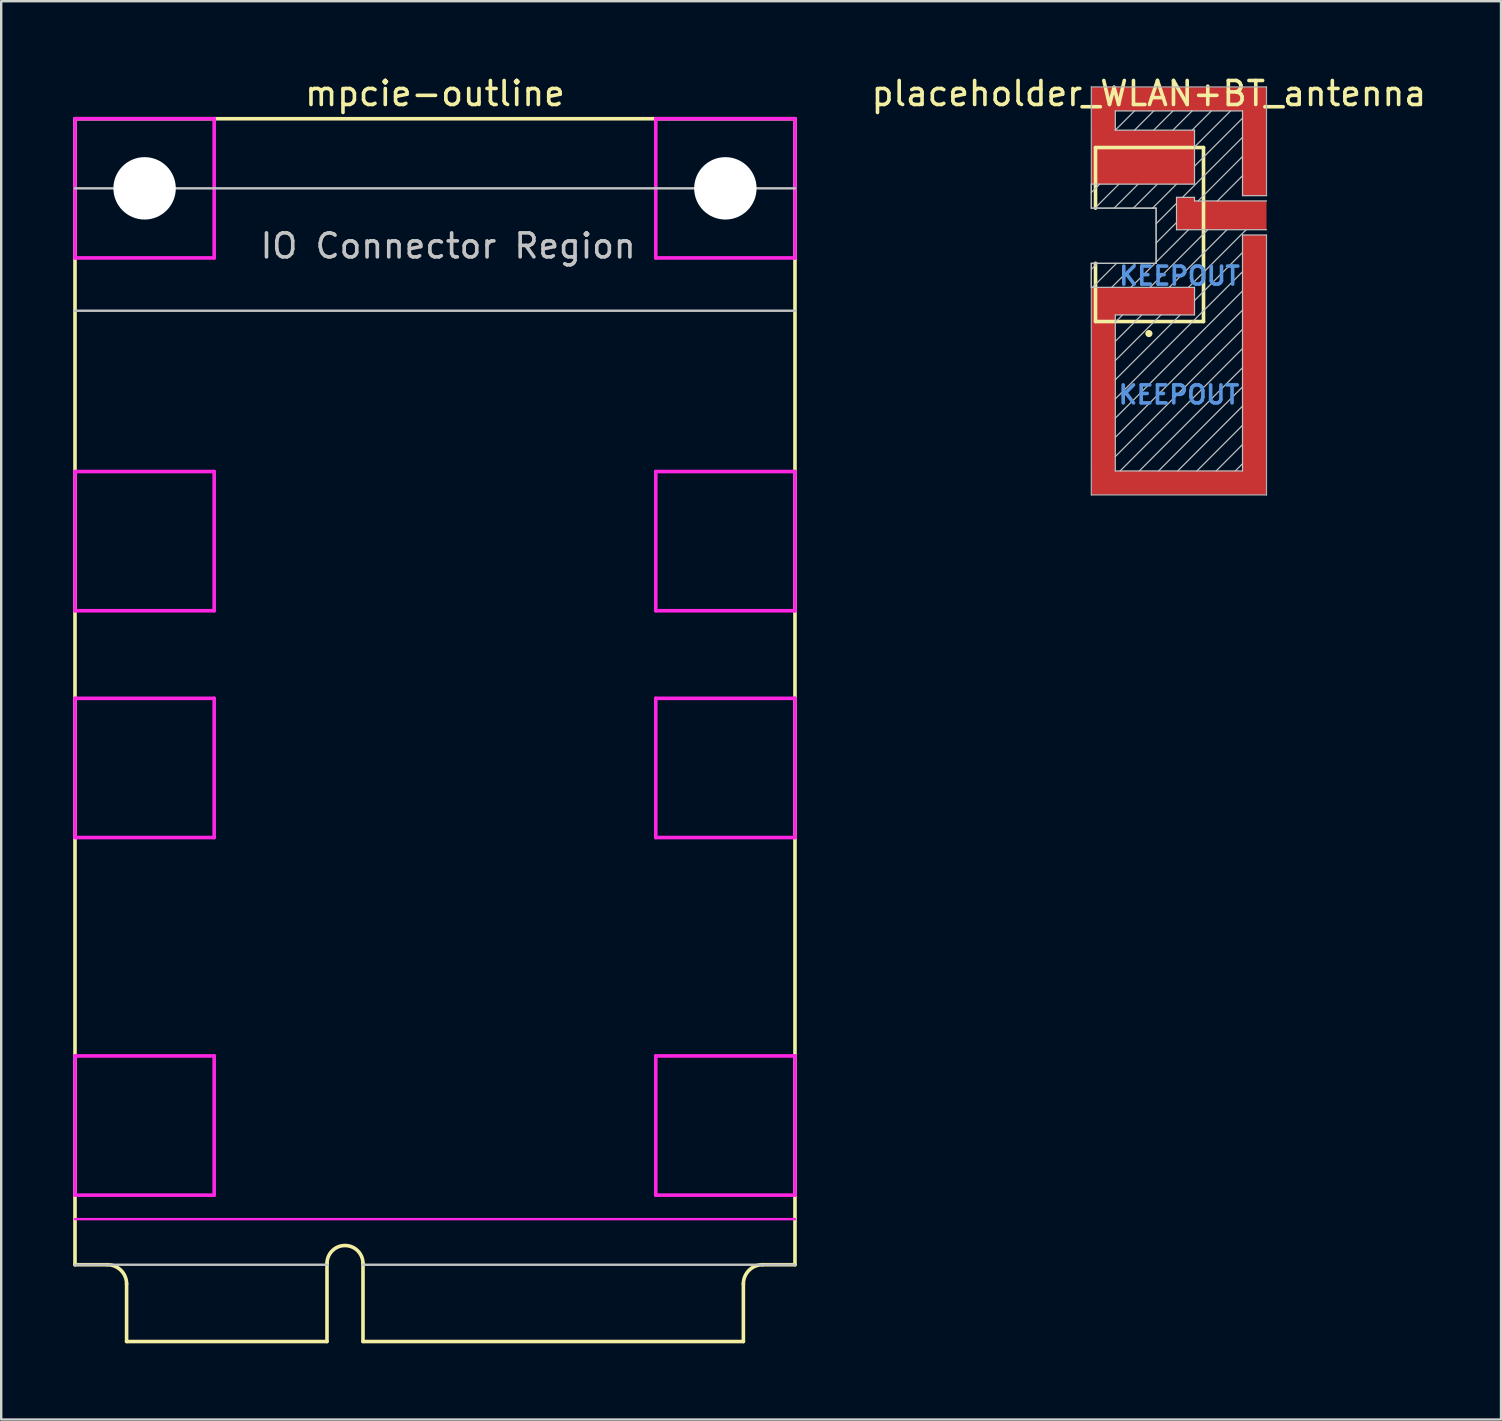
<source format=kicad_pcb>
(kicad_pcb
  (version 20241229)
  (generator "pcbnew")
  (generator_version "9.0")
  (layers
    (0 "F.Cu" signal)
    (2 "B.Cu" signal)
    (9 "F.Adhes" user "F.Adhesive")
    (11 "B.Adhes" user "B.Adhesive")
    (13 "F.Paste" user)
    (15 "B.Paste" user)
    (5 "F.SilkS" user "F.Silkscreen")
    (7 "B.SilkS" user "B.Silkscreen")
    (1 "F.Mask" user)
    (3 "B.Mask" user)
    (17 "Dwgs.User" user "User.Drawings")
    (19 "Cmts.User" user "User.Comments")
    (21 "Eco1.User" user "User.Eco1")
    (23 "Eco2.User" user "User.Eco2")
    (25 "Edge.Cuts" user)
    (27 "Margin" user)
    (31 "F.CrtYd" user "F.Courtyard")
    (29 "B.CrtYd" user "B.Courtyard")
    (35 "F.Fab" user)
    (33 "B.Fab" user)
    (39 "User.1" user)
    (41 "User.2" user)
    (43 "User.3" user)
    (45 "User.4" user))
  (footprint "mpcie-outline"
    (layer "F.Cu")
    (at 15.075 52.848)
    (property "Reference" "mpcie-outline" (at 0 -52 0) (layer "F.SilkS") (effects (font (size 1 1) (thickness 0.15))))
    (attr through_hole)
    (fp_line (start -15 -50.95) (end -15 -3.2) (stroke (width 0.15) (type solid)) (layer "F.SilkS"))
    (fp_line (start -13.65 -3.2) (end -15 -3.2) (stroke (width 0.15) (type solid)) (layer "F.SilkS"))
    (fp_line (start -12.85 0) (end -12.85 -2.4) (stroke (width 0.15) (type solid)) (layer "F.SilkS"))
    (fp_line (start -4.5 0) (end -12.85 0) (stroke (width 0.15) (type solid)) (layer "F.SilkS"))
    (fp_line (start -4.5 0) (end -4.5 -3.25) (stroke (width 0.15) (type solid)) (layer "F.SilkS"))
    (fp_line (start -3 0) (end -3 -3.25) (stroke (width 0.15) (type solid)) (layer "F.SilkS"))
    (fp_line (start -3 0) (end 12.85 0) (stroke (width 0.15) (type solid)) (layer "F.SilkS"))
    (fp_line (start 12.85 0) (end 12.85 -2.4) (stroke (width 0.15) (type solid)) (layer "F.SilkS"))
    (fp_line (start 15 -50.95) (end -15 -50.95) (stroke (width 0.15) (type solid)) (layer "F.SilkS"))
    (fp_line (start 15 -3.2) (end 13.65 -3.2) (stroke (width 0.15) (type solid)) (layer "F.SilkS"))
    (fp_line (start 15 -3.2) (end 15 -50.95) (stroke (width 0.15) (type solid)) (layer "F.SilkS"))
    (fp_arc (start -13.65 -3.2) (mid -13.084315 -2.965685) (end -12.85 -2.4) (stroke (width 0.15) (type solid)) (layer "F.SilkS"))
    (fp_arc (start -4.5 -3.25) (mid -3.75 -4) (end -3 -3.25) (stroke (width 0.15) (type solid)) (layer "F.SilkS"))
    (fp_arc (start 12.85 -2.4) (mid 13.084315 -2.965685) (end 13.65 -3.2) (stroke (width 0.15) (type solid)) (layer "F.SilkS"))
    (fp_line (start -15 -3.2) (end -4.5 -3.2) (stroke (width 0.1) (type solid)) (layer "Dwgs.User"))
    (fp_line (start -3 -3.2) (end 15 -3.2) (stroke (width 0.1) (type solid)) (layer "Dwgs.User"))
    (fp_line (start 15 -48.05) (end -15 -48.05) (stroke (width 0.1) (type solid)) (layer "Dwgs.User"))
    (fp_line (start 15 -42.95) (end -15 -42.95) (stroke (width 0.1) (type solid)) (layer "Dwgs.User"))
    (fp_line (start -15 -50.95) (end -15 -45.15) (stroke (width 0.15) (type solid)) (layer "F.CrtYd"))
    (fp_line (start -15 -45.15) (end -9.2 -45.15) (stroke (width 0.15) (type solid)) (layer "F.CrtYd"))
    (fp_line (start -15 -36.25) (end -15 -30.45) (stroke (width 0.15) (type solid)) (layer "F.CrtYd"))
    (fp_line (start -15 -30.45) (end -9.2 -30.45) (stroke (width 0.15) (type solid)) (layer "F.CrtYd"))
    (fp_line (start -15 -26.8) (end -15 -21) (stroke (width 0.15) (type solid)) (layer "F.CrtYd"))
    (fp_line (start -15 -21) (end -9.2 -21) (stroke (width 0.15) (type solid)) (layer "F.CrtYd"))
    (fp_line (start -15 -11.9) (end -15 -6.1) (stroke (width 0.15) (type solid)) (layer "F.CrtYd"))
    (fp_line (start -15 -6.1) (end -9.2 -6.1) (stroke (width 0.15) (type solid)) (layer "F.CrtYd"))
    (fp_line (start -15 -5.1) (end 15 -5.1) (stroke (width 0.1) (type solid)) (layer "F.CrtYd"))
    (fp_line (start -9.2 -50.95) (end -15 -50.95) (stroke (width 0.15) (type solid)) (layer "F.CrtYd"))
    (fp_line (start -9.2 -45.15) (end -9.2 -50.95) (stroke (width 0.15) (type solid)) (layer "F.CrtYd"))
    (fp_line (start -9.2 -36.25) (end -15 -36.25) (stroke (width 0.15) (type solid)) (layer "F.CrtYd"))
    (fp_line (start -9.2 -30.45) (end -9.2 -36.25) (stroke (width 0.15) (type solid)) (layer "F.CrtYd"))
    (fp_line (start -9.2 -26.8) (end -15 -26.8) (stroke (width 0.15) (type solid)) (layer "F.CrtYd"))
    (fp_line (start -9.2 -21) (end -9.2 -26.8) (stroke (width 0.15) (type solid)) (layer "F.CrtYd"))
    (fp_line (start -9.2 -11.9) (end -15 -11.9) (stroke (width 0.15) (type solid)) (layer "F.CrtYd"))
    (fp_line (start -9.2 -6.1) (end -9.2 -11.9) (stroke (width 0.15) (type solid)) (layer "F.CrtYd"))
    (fp_line (start 9.2 -50.95) (end 9.2 -45.15) (stroke (width 0.15) (type solid)) (layer "F.CrtYd"))
    (fp_line (start 9.2 -45.15) (end 15 -45.15) (stroke (width 0.15) (type solid)) (layer "F.CrtYd"))
    (fp_line (start 9.2 -36.25) (end 9.2 -30.45) (stroke (width 0.15) (type solid)) (layer "F.CrtYd"))
    (fp_line (start 9.2 -30.45) (end 15 -30.45) (stroke (width 0.15) (type solid)) (layer "F.CrtYd"))
    (fp_line (start 9.2 -26.8) (end 9.2 -21) (stroke (width 0.15) (type solid)) (layer "F.CrtYd"))
    (fp_line (start 9.2 -21) (end 15 -21) (stroke (width 0.15) (type solid)) (layer "F.CrtYd"))
    (fp_line (start 9.2 -11.9) (end 9.2 -6.1) (stroke (width 0.15) (type solid)) (layer "F.CrtYd"))
    (fp_line (start 9.2 -6.1) (end 15 -6.1) (stroke (width 0.15) (type solid)) (layer "F.CrtYd"))
    (fp_line (start 15 -50.95) (end 9.2 -50.95) (stroke (width 0.15) (type solid)) (layer "F.CrtYd"))
    (fp_line (start 15 -45.15) (end 15 -50.95) (stroke (width 0.15) (type solid)) (layer "F.CrtYd"))
    (fp_line (start 15 -36.25) (end 9.2 -36.25) (stroke (width 0.15) (type solid)) (layer "F.CrtYd"))
    (fp_line (start 15 -30.45) (end 15 -36.25) (stroke (width 0.15) (type solid)) (layer "F.CrtYd"))
    (fp_line (start 15 -26.8) (end 9.2 -26.8) (stroke (width 0.15) (type solid)) (layer "F.CrtYd"))
    (fp_line (start 15 -21) (end 15 -26.8) (stroke (width 0.15) (type solid)) (layer "F.CrtYd"))
    (fp_line (start 15 -11.9) (end 9.2 -11.9) (stroke (width 0.15) (type solid)) (layer "F.CrtYd"))
    (fp_line (start 15 -6.1) (end 15 -11.9) (stroke (width 0.15) (type solid)) (layer "F.CrtYd"))
    (fp_text user "IO Connector Region" (at 0.55 -45.65 0) (layer "Dwgs.User") (effects (font (size 1 1) (thickness 0.15))))
    (pad "" np_thru_hole circle (at -12.1 -48.05) (size 2.6 2.6) (drill 2.6) (layers "*.Cu" "*.Mask"))
    (pad "" np_thru_hole circle (at 12.1 -48.05) (size 2.6 2.6) (drill 2.6) (layers "*.Cu" "*.Mask")))
  (footprint "placeholder_WLAN+BT_antenna"
    (layer "F.Cu")
    (at 44.823 6.773)
    (property "Reference" "placeholder_WLAN+BT_antenna" (at 0 -5.925 0) (layer "F.SilkS") (effects (font (size 1 1) (thickness 0.15))))
    (attr through_hole)
    (fp_line (start -2.225 -3.675) (end 2.275 -3.675) (stroke (width 0.15) (type solid)) (layer "F.SilkS"))
    (fp_line (start -2.225 -1.15) (end -2.225 -3.675) (stroke (width 0.15) (type solid)) (layer "F.SilkS"))
    (fp_line (start -2.225 3.575) (end -2.225 1.15) (stroke (width 0.15) (type solid)) (layer "F.SilkS"))
    (fp_line (start 2.275 -3.675) (end 2.275 3.575) (stroke (width 0.15) (type solid)) (layer "F.SilkS"))
    (fp_line (start 2.275 3.575) (end -2.225 3.575) (stroke (width 0.15) (type solid)) (layer "F.SilkS"))
    (fp_circle (center 0 4.075) (end 0 4.15) (stroke (width 0.15) (type solid)) (fill no) (layer "F.SilkS"))
    (fp_line (start -2.4 -2.15) (end -2.4 -1.15) (stroke (width 0.05) (type solid)) (layer "Dwgs.User"))
    (fp_line (start -2.4 -2.15) (end 1.9 -2.15) (stroke (width 0.05) (type solid)) (layer "Dwgs.User"))
    (fp_line (start -2.4 -1.15) (end 0.3 -1.15) (stroke (width 0.05) (type solid)) (layer "Dwgs.User"))
    (fp_line (start -2.4 1.15) (end -2.4 2.15) (stroke (width 0.05) (type solid)) (layer "Dwgs.User"))
    (fp_line (start -2.4 2.15) (end 1.9 2.15) (stroke (width 0.05) (type solid)) (layer "Dwgs.User"))
    (fp_line (start -2.15 1.15) (end -2.4 1.4) (stroke (width 0.05) (type solid)) (layer "Dwgs.User"))
    (fp_line (start -2.05 -2.15) (end -2.4 -1.8) (stroke (width 0.05) (type solid)) (layer "Dwgs.User"))
    (fp_line (start -1.4 -5.2) (end 3.9 -5.2) (stroke (width 0.05) (type solid)) (layer "Dwgs.User"))
    (fp_line (start -1.4 -4.4) (end -1.4 -5.2) (stroke (width 0.05) (type solid)) (layer "Dwgs.User"))
    (fp_line (start -1.4 -4.4) (end -0.6 -5.2) (stroke (width 0.05) (type solid)) (layer "Dwgs.User"))
    (fp_line (start -1.4 3.3) (end -1.4 9.8) (stroke (width 0.05) (type solid)) (layer "Dwgs.User"))
    (fp_line (start -1.4 9.8) (end 3.9 9.8) (stroke (width 0.05) (type solid)) (layer "Dwgs.User"))
    (fp_line (start -1.35 1.15) (end -2.35 2.15) (stroke (width 0.05) (type solid)) (layer "Dwgs.User"))
    (fp_line (start -1.25 -2.15) (end -2.25 -1.15) (stroke (width 0.05) (type solid)) (layer "Dwgs.User"))
    (fp_line (start -1.1 3.3) (end -1.4 3.6) (stroke (width 0.05) (type solid)) (layer "Dwgs.User"))
    (fp_line (start -0.6 -4.4) (end 0.2 -5.2) (stroke (width 0.05) (type solid)) (layer "Dwgs.User"))
    (fp_line (start -0.55 1.15) (end -1.55 2.15) (stroke (width 0.05) (type solid)) (layer "Dwgs.User"))
    (fp_line (start -0.45 -2.15) (end -1.45 -1.15) (stroke (width 0.05) (type solid)) (layer "Dwgs.User"))
    (fp_line (start -0.3 3.3) (end -1.4 4.4) (stroke (width 0.05) (type solid)) (layer "Dwgs.User"))
    (fp_line (start 0.2 -4.4) (end 1 -5.2) (stroke (width 0.05) (type solid)) (layer "Dwgs.User"))
    (fp_line (start 0.25 1.15) (end -0.75 2.15) (stroke (width 0.05) (type solid)) (layer "Dwgs.User"))
    (fp_line (start 0.3 -1.15) (end 0.3 1.15) (stroke (width 0.05) (type solid)) (layer "Dwgs.User"))
    (fp_line (start 0.3 1.15) (end -2.4 1.15) (stroke (width 0.05) (type solid)) (layer "Dwgs.User"))
    (fp_line (start 0.35 -2.15) (end -0.65 -1.15) (stroke (width 0.05) (type solid)) (layer "Dwgs.User"))
    (fp_line (start 0.5 3.3) (end -1.4 5.2) (stroke (width 0.05) (type solid)) (layer "Dwgs.User"))
    (fp_line (start 1 -4.4) (end 1.8 -5.2) (stroke (width 0.05) (type solid)) (layer "Dwgs.User"))
    (fp_line (start 1.15 -2.15) (end 0.15 -1.15) (stroke (width 0.05) (type solid)) (layer "Dwgs.User"))
    (fp_line (start 1.15 -1.6) (end 1.15 -0.25) (stroke (width 0.05) (type solid)) (layer "Dwgs.User"))
    (fp_line (start 1.15 -1.35) (end 0.3 -0.5) (stroke (width 0.05) (type solid)) (layer "Dwgs.User"))
    (fp_line (start 1.15 -0.55) (end 0.3 0.3) (stroke (width 0.05) (type solid)) (layer "Dwgs.User"))
    (fp_line (start 1.15 -0.25) (end 4.9 -0.25) (stroke (width 0.05) (type solid)) (layer "Dwgs.User"))
    (fp_line (start 1.3 3.3) (end -1.4 6) (stroke (width 0.05) (type solid)) (layer "Dwgs.User"))
    (fp_line (start 1.65 -0.25) (end 0.3 1.1) (stroke (width 0.05) (type solid)) (layer "Dwgs.User"))
    (fp_line (start 1.8 -4.4) (end 2.6 -5.2) (stroke (width 0.05) (type solid)) (layer "Dwgs.User"))
    (fp_line (start 1.9 -4.4) (end -1.4 -4.4) (stroke (width 0.05) (type solid)) (layer "Dwgs.User"))
    (fp_line (start 1.9 -2.15) (end 1.9 -4.4) (stroke (width 0.05) (type solid)) (layer "Dwgs.User"))
    (fp_line (start 1.9 -1.6) (end 1.15 -1.6) (stroke (width 0.05) (type solid)) (layer "Dwgs.User"))
    (fp_line (start 1.9 -1.45) (end 1.9 -1.6) (stroke (width 0.05) (type solid)) (layer "Dwgs.User"))
    (fp_line (start 1.9 2.15) (end 1.9 3.3) (stroke (width 0.05) (type solid)) (layer "Dwgs.User"))
    (fp_line (start 1.9 3.3) (end -1.4 3.3) (stroke (width 0.05) (type solid)) (layer "Dwgs.User"))
    (fp_line (start 2.45 -0.25) (end 0.05 2.15) (stroke (width 0.05) (type solid)) (layer "Dwgs.User"))
    (fp_line (start 3.25 -0.25) (end 0.85 2.15) (stroke (width 0.05) (type solid)) (layer "Dwgs.User"))
    (fp_line (start 3.4 -5.2) (end 1.9 -3.7) (stroke (width 0.05) (type solid)) (layer "Dwgs.User"))
    (fp_line (start 3.9 -5.2) (end 3.9 -1.67) (stroke (width 0.05) (type solid)) (layer "Dwgs.User"))
    (fp_line (start 3.9 -4.9) (end 1.9 -2.9) (stroke (width 0.05) (type solid)) (layer "Dwgs.User"))
    (fp_line (start 3.9 -4.1) (end 1.4 -1.6) (stroke (width 0.05) (type solid)) (layer "Dwgs.User"))
    (fp_line (start 3.9 -3.3) (end 2.05 -1.45) (stroke (width 0.05) (type solid)) (layer "Dwgs.User"))
    (fp_line (start 3.9 -2.5) (end 2.85 -1.45) (stroke (width 0.05) (type solid)) (layer "Dwgs.User"))
    (fp_line (start 3.9 -1.67) (end 4.9 -1.67) (stroke (width 0.05) (type solid)) (layer "Dwgs.User"))
    (fp_line (start 3.9 -0.03) (end 4.9 -0.03) (stroke (width 0.05) (type solid)) (layer "Dwgs.User"))
    (fp_line (start 3.9 0.7) (end 1.9 2.7) (stroke (width 0.05) (type solid)) (layer "Dwgs.User"))
    (fp_line (start 3.9 1.5) (end -1.4 6.8) (stroke (width 0.05) (type solid)) (layer "Dwgs.User"))
    (fp_line (start 3.9 2.3) (end -1.4 7.6) (stroke (width 0.05) (type solid)) (layer "Dwgs.User"))
    (fp_line (start 3.9 3.1) (end -1.4 8.4) (stroke (width 0.05) (type solid)) (layer "Dwgs.User"))
    (fp_line (start 3.9 3.9) (end -1.4 9.2) (stroke (width 0.05) (type solid)) (layer "Dwgs.User"))
    (fp_line (start 3.9 4.7) (end -1.2 9.8) (stroke (width 0.05) (type solid)) (layer "Dwgs.User"))
    (fp_line (start 3.9 5.5) (end -0.4 9.8) (stroke (width 0.05) (type solid)) (layer "Dwgs.User"))
    (fp_line (start 3.9 6.3) (end 0.4 9.8) (stroke (width 0.05) (type solid)) (layer "Dwgs.User"))
    (fp_line (start 3.9 7.1) (end 1.2 9.8) (stroke (width 0.05) (type solid)) (layer "Dwgs.User"))
    (fp_line (start 3.9 7.9) (end 2 9.8) (stroke (width 0.05) (type solid)) (layer "Dwgs.User"))
    (fp_line (start 3.9 8.7) (end 2.8 9.8) (stroke (width 0.05) (type solid)) (layer "Dwgs.User"))
    (fp_line (start 3.9 9.5) (end 3.6 9.8) (stroke (width 0.05) (type solid)) (layer "Dwgs.User"))
    (fp_line (start 3.9 9.8) (end 3.9 -0.03) (stroke (width 0.05) (type solid)) (layer "Dwgs.User"))
    (fp_line (start 4.05 -0.25) (end 1.65 2.15) (stroke (width 0.05) (type solid)) (layer "Dwgs.User"))
    (fp_line (start 4.9 -1.45) (end 1.9 -1.45) (stroke (width 0.05) (type solid)) (layer "Dwgs.User"))
    (fp_line (start -2.4 -6.2) (end -2.4 -1.15) (stroke (width 0.05) (type solid)) (layer "F.Fab"))
    (fp_line (start -2.4 -1.15) (end 0.3 -1.15) (stroke (width 0.05) (type solid)) (layer "F.Fab"))
    (fp_line (start -2.4 1.15) (end -2.4 10.8) (stroke (width 0.05) (type solid)) (layer "F.Fab"))
    (fp_line (start -2.4 10.8) (end 4.9 10.8) (stroke (width 0.05) (type solid)) (layer "F.Fab"))
    (fp_line (start 0.3 -1.15) (end 0.3 1.15) (stroke (width 0.05) (type solid)) (layer "F.Fab"))
    (fp_line (start 0.3 1.15) (end -2.4 1.15) (stroke (width 0.05) (type solid)) (layer "F.Fab"))
    (fp_line (start 4.9 -6.2) (end -2.4 -6.2) (stroke (width 0.05) (type solid)) (layer "F.Fab"))
    (fp_line (start 4.9 -1.675) (end 4.9 -6.2) (stroke (width 0.05) (type solid)) (layer "F.Fab"))
    (fp_line (start 4.9 10.8) (end 4.9 -0.025) (stroke (width 0.05) (type solid)) (layer "F.Fab"))
    (fp_text user "KEEPOUT" (at 1.25 6.625 0) (layer "Cmts.User") (effects (font (size 0.75 0.75) (thickness 0.15))))
    (fp_text user "KEEPOUT" (at 1.275 1.675 0) (layer "Cmts.User") (effects (font (size 0.75 0.75) (thickness 0.15))))
    (fp_text user "EDGE" (at -1.125 -0.525 0) (layer "Eco2.User") (effects (font (size 0.75 0.75) (thickness 0.15))))
    (fp_text user "CUT" (at -1.475 0.575 0) (layer "Eco2.User") (effects (font (size 0.75 0.75) (thickness 0.15))))
    (pad "1" smd rect (at 1.525 -0.925) (size 0.75 1.35) (layers "F.Cu" "F.Mask" "F.Paste"))
    (pad "1" smd rect (at 3.025 -0.85) (size 3.75 1.2) (layers "F.Cu"))
    (pad "2" smd rect (at -1.9 -4.175) (size 1 4.05) (layers "F.Cu"))
    (pad "2" smd rect (at -1.9 6.475) (size 1 8.65) (layers "F.Cu"))
    (pad "2" smd rect (at -0.25 -3.275) (size 4.3 2.25) (layers "F.Cu"))
    (pad "2" smd rect (at 0 -2.725) (size 3.8 1.15) (layers "F.Cu" "F.Mask" "F.Paste"))
    (pad "2" smd rect (at 0 2.725) (size 3.8 1.15) (layers "F.Cu" "F.Mask" "F.Paste"))
    (pad "2" smd rect (at 1.25 -5.7) (size 7.3 1) (layers "F.Cu"))
    (pad "2" smd rect (at 1.25 10.3) (size 7.3 1) (layers "F.Cu"))
    (pad "2" smd rect (at 4.4 -3.935) (size 1 4.53) (layers "F.Cu"))
    (pad "2" smd rect (at 4.4 5.385) (size 1 10.83) (layers "F.Cu")))
  (gr_rect
    (start -3 -3)
    (end 59.495 56.098)
    (stroke (width 0.1) (type default))
    (fill no)
    (layer "Edge.Cuts")))
</source>
